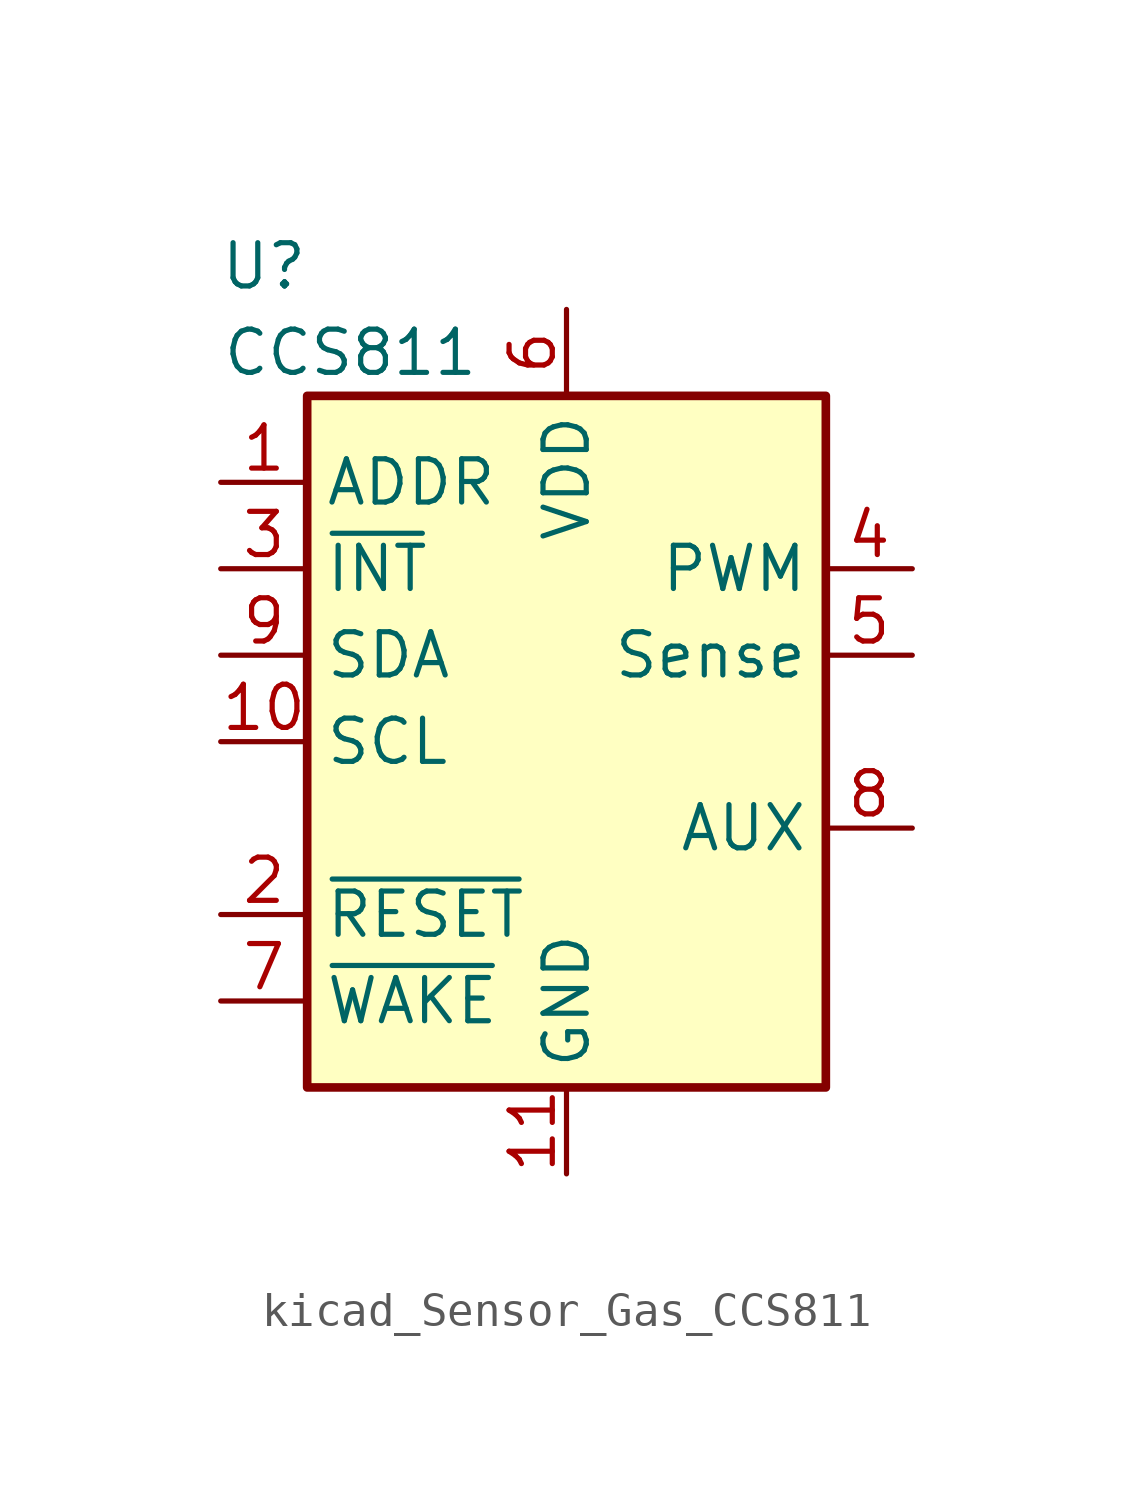
<source format=kicad_sym>
(kicad_symbol_lib
  (version 20220914)
  (generator kicad_symbol_editor)
  (symbol "kicad_Sensor_Gas_CCS811"
    (property "Reference" "U"
      (at -8.89 13.97 0)
      (effects (font (size 1.27 1.27))))
    (property "Value" "CCS811"
      (at -6.35 11.43 0)
      (effects (font (size 1.27 1.27))))
    (symbol "kicad_Sensor_Gas_CCS811_0_1"
      (rectangle (start -7.62 10.16) (end 7.62 -10.16) (stroke (width 0.254) (type default)) (fill (type background))))
    (symbol "kicad_Sensor_Gas_CCS811_1_1"
      (pin input line (at -10.16 7.62 0) (length 2.54) (name "ADDR" (effects (font (size 1.27 1.27)))) (number "1" (effects (font (size 1.27 1.27)))))
      (pin input line (at -10.16 0 0) (length 2.54) (name "SCL" (effects (font (size 1.27 1.27)))) (number "10" (effects (font (size 1.27 1.27)))))
      (pin power_in line (at 0 -12.7 90) (length 2.54) (name "GND" (effects (font (size 1.27 1.27)))) (number "11" (effects (font (size 1.27 1.27)))))
      (pin input line (at -10.16 -5.08 0) (length 2.54) (name "~{RESET}" (effects (font (size 1.27 1.27)))) (number "2" (effects (font (size 1.27 1.27)))))
      (pin output line (at -10.16 5.08 0) (length 2.54) (name "~{INT}" (effects (font (size 1.27 1.27)))) (number "3" (effects (font (size 1.27 1.27)))))
      (pin output line (at 10.16 5.08 180) (length 2.54) (name "PWM" (effects (font (size 1.27 1.27)))) (number "4" (effects (font (size 1.27 1.27)))))
      (pin bidirectional line (at 10.16 2.54 180) (length 2.54) (name "Sense" (effects (font (size 1.27 1.27)))) (number "5" (effects (font (size 1.27 1.27)))))
      (pin power_in line (at 0 12.7 270) (length 2.54) (name "VDD" (effects (font (size 1.27 1.27)))) (number "6" (effects (font (size 1.27 1.27)))))
      (pin input line (at -10.16 -7.62 0) (length 2.54) (name "~{WAKE}" (effects (font (size 1.27 1.27)))) (number "7" (effects (font (size 1.27 1.27)))))
      (pin input line (at 10.16 -2.54 180) (length 2.54) (name "AUX" (effects (font (size 1.27 1.27)))) (number "8" (effects (font (size 1.27 1.27)))))
      (pin bidirectional line (at -10.16 2.54 0) (length 2.54) (name "SDA" (effects (font (size 1.27 1.27)))) (number "9" (effects (font (size 1.27 1.27))))))))
</source>
